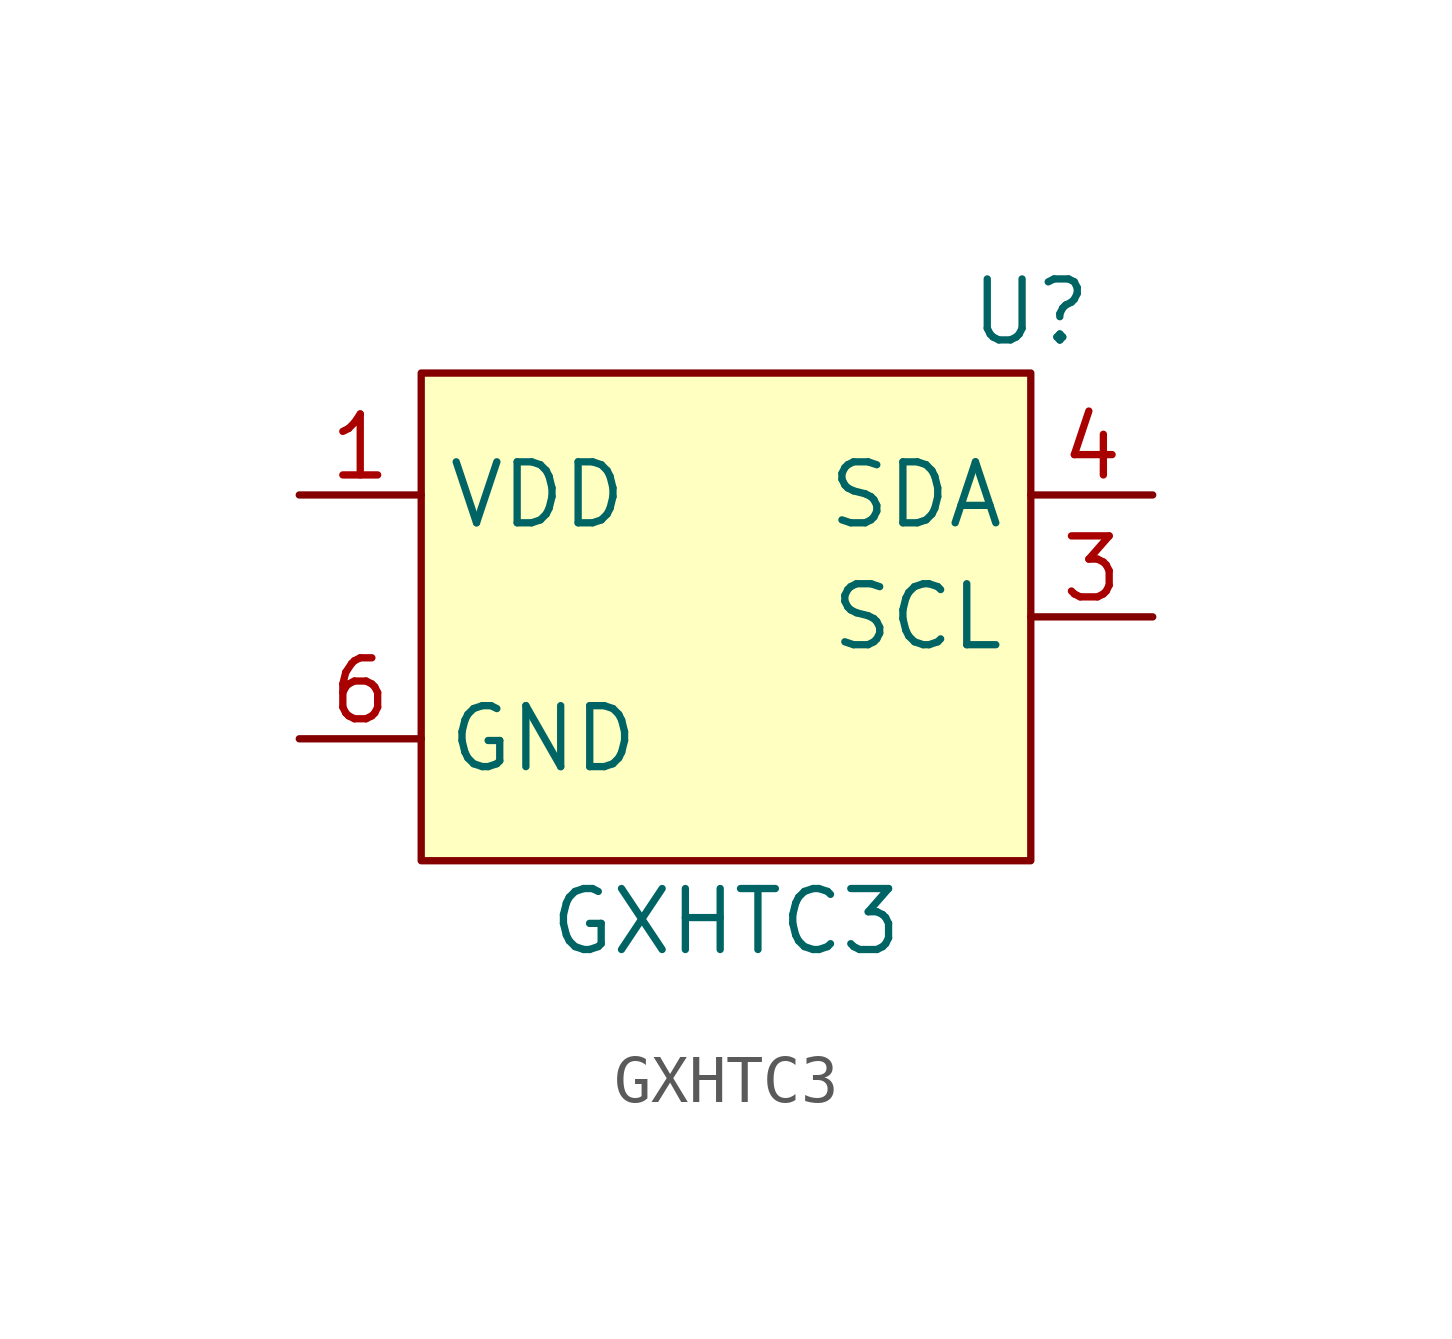
<source format=kicad_sym>
(kicad_symbol_lib
  (version 20231120)
  (generator "kicad_symbol_editor")
  (generator_version "8.99")
  (symbol "GXHTC3"
    (property "Reference" "U"
      (at 6.35 6.35 0)
      (effects (font (size 1.27 1.27))))
    (property "Value" "GXHTC3"
      (at 0 -6.35 0)
      (effects (font (size 1.27 1.27))))
    (symbol "GXHTC3_0_0"
      (pin power_in line (at -8.89 2.54 0) (length 2.54) (name "VDD" (effects (font (size 1.27 1.27)))) (number "1" (effects (font (size 1.27 1.27)))))
      (pin no_connect line (at 0 -1.27 0) (length 2.54) hide (name "NC" (effects (font (size 1.27 1.27)))) (number "2" (effects (font (size 1.27 1.27)))))
      (pin input line (at 8.89 0 180) (length 2.54) (name "SCL" (effects (font (size 1.27 1.27)))) (number "3" (effects (font (size 1.27 1.27)))))
      (pin bidirectional line (at 8.89 2.54 180) (length 2.54) (name "SDA" (effects (font (size 1.27 1.27)))) (number "4" (effects (font (size 1.27 1.27)))))
      (pin no_connect line (at 0 -3.81 0) (length 2.54) hide (name "NC" (effects (font (size 1.27 1.27)))) (number "5" (effects (font (size 1.27 1.27)))))
      (pin power_in line (at -8.89 -2.54 0) (length 2.54) (name "GND" (effects (font (size 1.27 1.27)))) (number "6" (effects (font (size 1.27 1.27))))))
    (symbol "GXHTC3_1_0"
      (pin passive line (at -8.89 -2.54 0) (length 2.54) hide (name "GND" (effects (font (size 1.27 1.27)))) (number "8" (effects (font (size 1.27 1.27))))))
    (symbol "GXHTC3_1_1"
      (rectangle (start -6.35 5.08) (end 6.35 -5.08) (stroke (width 0) (type default)) (fill (type background))))))
</source>
